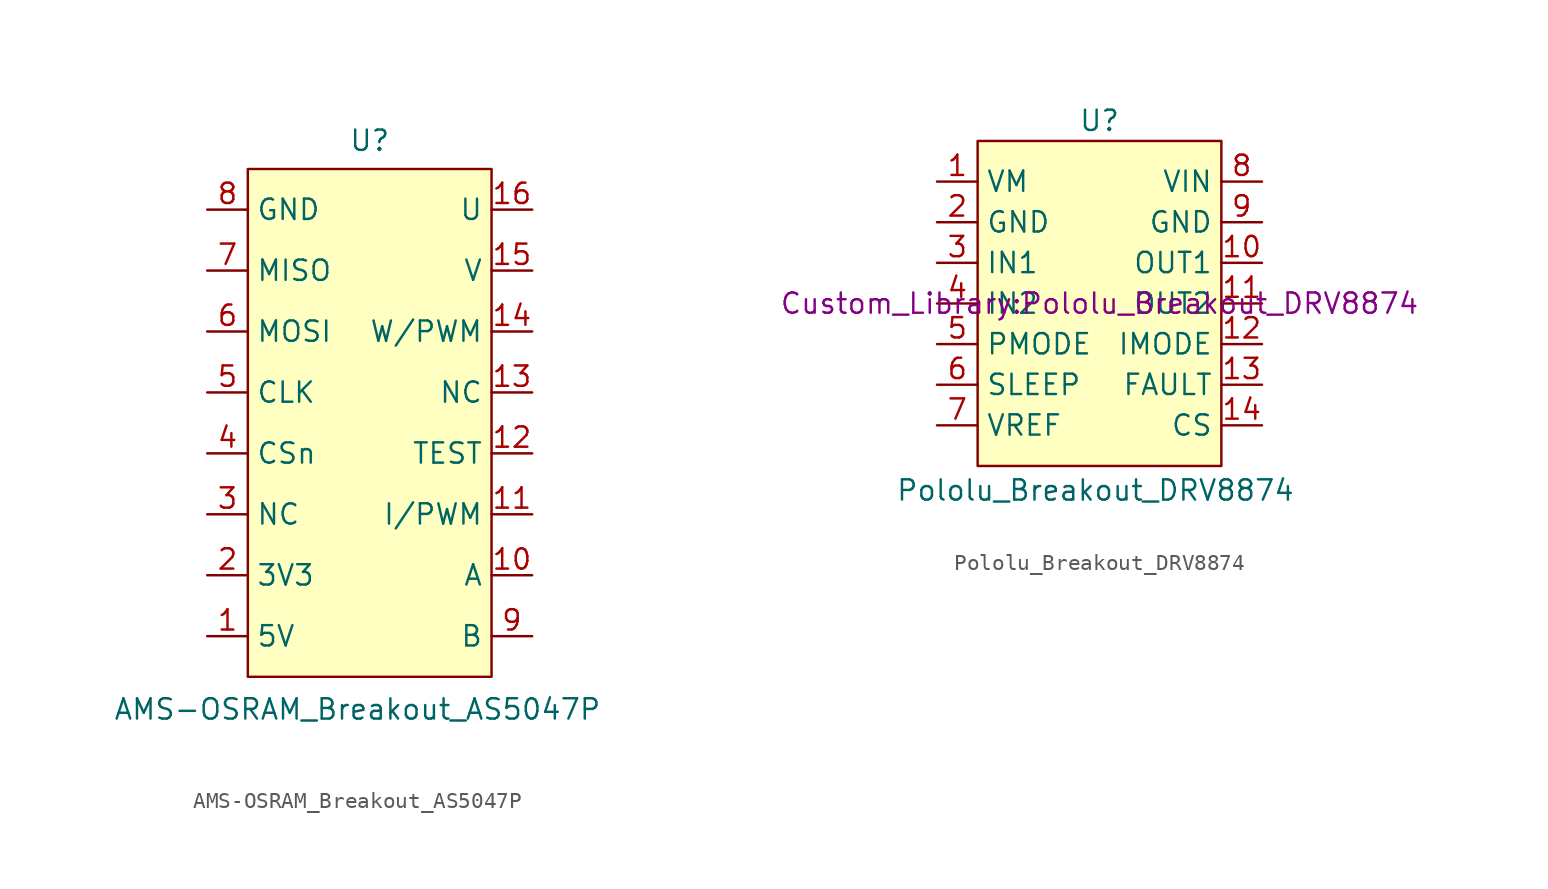
<source format=kicad_sym>
(kicad_symbol_lib
  (version 20241209)
  (generator "kicad_symbol_editor")
  (generator_version "9.0")
  (symbol "AMS-OSRAM_Breakout_AS5047P"
    (property "Reference" "U"
      (at 0 17.018 0)
      (effects (font (size 1.27 1.27))))
    (property "Value" "AMS-OSRAM_Breakout_AS5047P"
      (at -0.762 -18.542 0)
      (effects (font (size 1.27 1.27))))
    (symbol "AMS-OSRAM_Breakout_AS5047P_1_1"
      (rectangle (start -7.62 15.24) (end 7.62 -16.51) (stroke (width 0) (type solid)) (fill (type background)))
      (pin power_in line (at -10.16 12.7 0) (length 2.54) (name "GND" (effects (font (size 1.27 1.27)))) (number "8" (effects (font (size 1.27 1.27)))))
      (pin output line (at -10.16 8.89 0) (length 2.54) (name "MISO" (effects (font (size 1.27 1.27)))) (number "7" (effects (font (size 1.27 1.27)))))
      (pin input line (at -10.16 5.08 0) (length 2.54) (name "MOSI" (effects (font (size 1.27 1.27)))) (number "6" (effects (font (size 1.27 1.27)))))
      (pin input line (at -10.16 1.27 0) (length 2.54) (name "CLK" (effects (font (size 1.27 1.27)))) (number "5" (effects (font (size 1.27 1.27)))))
      (pin input line (at -10.16 -2.54 0) (length 2.54) (name "CSn" (effects (font (size 1.27 1.27)))) (number "4" (effects (font (size 1.27 1.27)))))
      (pin input line (at -10.16 -6.35 0) (length 2.54) (name "NC" (effects (font (size 1.27 1.27)))) (number "3" (effects (font (size 1.27 1.27)))))
      (pin power_in line (at -10.16 -10.16 0) (length 2.54) (name "3V3" (effects (font (size 1.27 1.27)))) (number "2" (effects (font (size 1.27 1.27)))))
      (pin power_in line (at -10.16 -13.97 0) (length 2.54) (name "5V" (effects (font (size 1.27 1.27)))) (number "1" (effects (font (size 1.27 1.27)))))
      (pin input line (at 10.16 12.7 180) (length 2.54) (name "U" (effects (font (size 1.27 1.27)))) (number "16" (effects (font (size 1.27 1.27)))))
      (pin input line (at 10.16 8.89 180) (length 2.54) (name "V" (effects (font (size 1.27 1.27)))) (number "15" (effects (font (size 1.27 1.27)))))
      (pin input line (at 10.16 5.08 180) (length 2.54) (name "W/PWM" (effects (font (size 1.27 1.27)))) (number "14" (effects (font (size 1.27 1.27)))))
      (pin input line (at 10.16 1.27 180) (length 2.54) (name "NC" (effects (font (size 1.27 1.27)))) (number "13" (effects (font (size 1.27 1.27)))))
      (pin input line (at 10.16 -2.54 180) (length 2.54) (name "TEST" (effects (font (size 1.27 1.27)))) (number "12" (effects (font (size 1.27 1.27)))))
      (pin input line (at 10.16 -6.35 180) (length 2.54) (name "I/PWM" (effects (font (size 1.27 1.27)))) (number "11" (effects (font (size 1.27 1.27)))))
      (pin input line (at 10.16 -10.16 180) (length 2.54) (name "A" (effects (font (size 1.27 1.27)))) (number "10" (effects (font (size 1.27 1.27)))))
      (pin input line (at 10.16 -13.97 180) (length 2.54) (name "B" (effects (font (size 1.27 1.27)))) (number "9" (effects (font (size 1.27 1.27)))))))
  (symbol "Pololu_Breakout_DRV8874"
    (property "Reference" "U"
      (at 0 11.43 0)
      (effects (font (size 1.27 1.27))))
    (property "Value" "Pololu_Breakout_DRV8874"
      (at -0.254 -11.684 0)
      (effects (font (size 1.27 1.27))))
    (property "Footprint" "Custom_Library:Pololu_Breakout_DRV8874"
      (at 0 0 0)
      (effects (font (size 1.27 1.27))))
    (symbol "Pololu_Breakout_DRV8874_1_1"
      (rectangle (start -7.62 10.16) (end 7.62 -10.16) (stroke (width 0) (type solid)) (fill (type background)))
      (pin bidirectional line (at -10.16 7.62 0) (length 2.54) (name "VM" (effects (font (size 1.27 1.27)))) (number "1" (effects (font (size 1.27 1.27)))))
      (pin bidirectional line (at -10.16 5.08 0) (length 2.54) (name "GND" (effects (font (size 1.27 1.27)))) (number "2" (effects (font (size 1.27 1.27)))))
      (pin input line (at -10.16 2.54 0) (length 2.54) (name "IN1" (effects (font (size 1.27 1.27)))) (number "3" (effects (font (size 1.27 1.27)))))
      (pin input line (at -10.16 0 0) (length 2.54) (name "IN2" (effects (font (size 1.27 1.27)))) (number "4" (effects (font (size 1.27 1.27)))))
      (pin input line (at -10.16 -2.54 0) (length 2.54) (name "PMODE" (effects (font (size 1.27 1.27)))) (number "5" (effects (font (size 1.27 1.27)))))
      (pin input line (at -10.16 -5.08 0) (length 2.54) (name "SLEEP" (effects (font (size 1.27 1.27)))) (number "6" (effects (font (size 1.27 1.27)))))
      (pin input line (at -10.16 -7.62 0) (length 2.54) (name "VREF" (effects (font (size 1.27 1.27)))) (number "7" (effects (font (size 1.27 1.27)))))
      (pin power_in line (at 10.16 7.62 180) (length 2.54) (name "VIN" (effects (font (size 1.27 1.27)))) (number "8" (effects (font (size 1.27 1.27)))))
      (pin bidirectional line (at 10.16 5.08 180) (length 2.54) (name "GND" (effects (font (size 1.27 1.27)))) (number "9" (effects (font (size 1.27 1.27)))))
      (pin output line (at 10.16 2.54 180) (length 2.54) (name "OUT1" (effects (font (size 1.27 1.27)))) (number "10" (effects (font (size 1.27 1.27)))))
      (pin output line (at 10.16 0 180) (length 2.54) (name "OUT2" (effects (font (size 1.27 1.27)))) (number "11" (effects (font (size 1.27 1.27)))))
      (pin input line (at 10.16 -2.54 180) (length 2.54) (name "IMODE" (effects (font (size 1.27 1.27)))) (number "12" (effects (font (size 1.27 1.27)))))
      (pin input line (at 10.16 -5.08 180) (length 2.54) (name "FAULT" (effects (font (size 1.27 1.27)))) (number "13" (effects (font (size 1.27 1.27)))))
      (pin output line (at 10.16 -7.62 180) (length 2.54) (name "CS" (effects (font (size 1.27 1.27)))) (number "14" (effects (font (size 1.27 1.27))))))))
</source>
